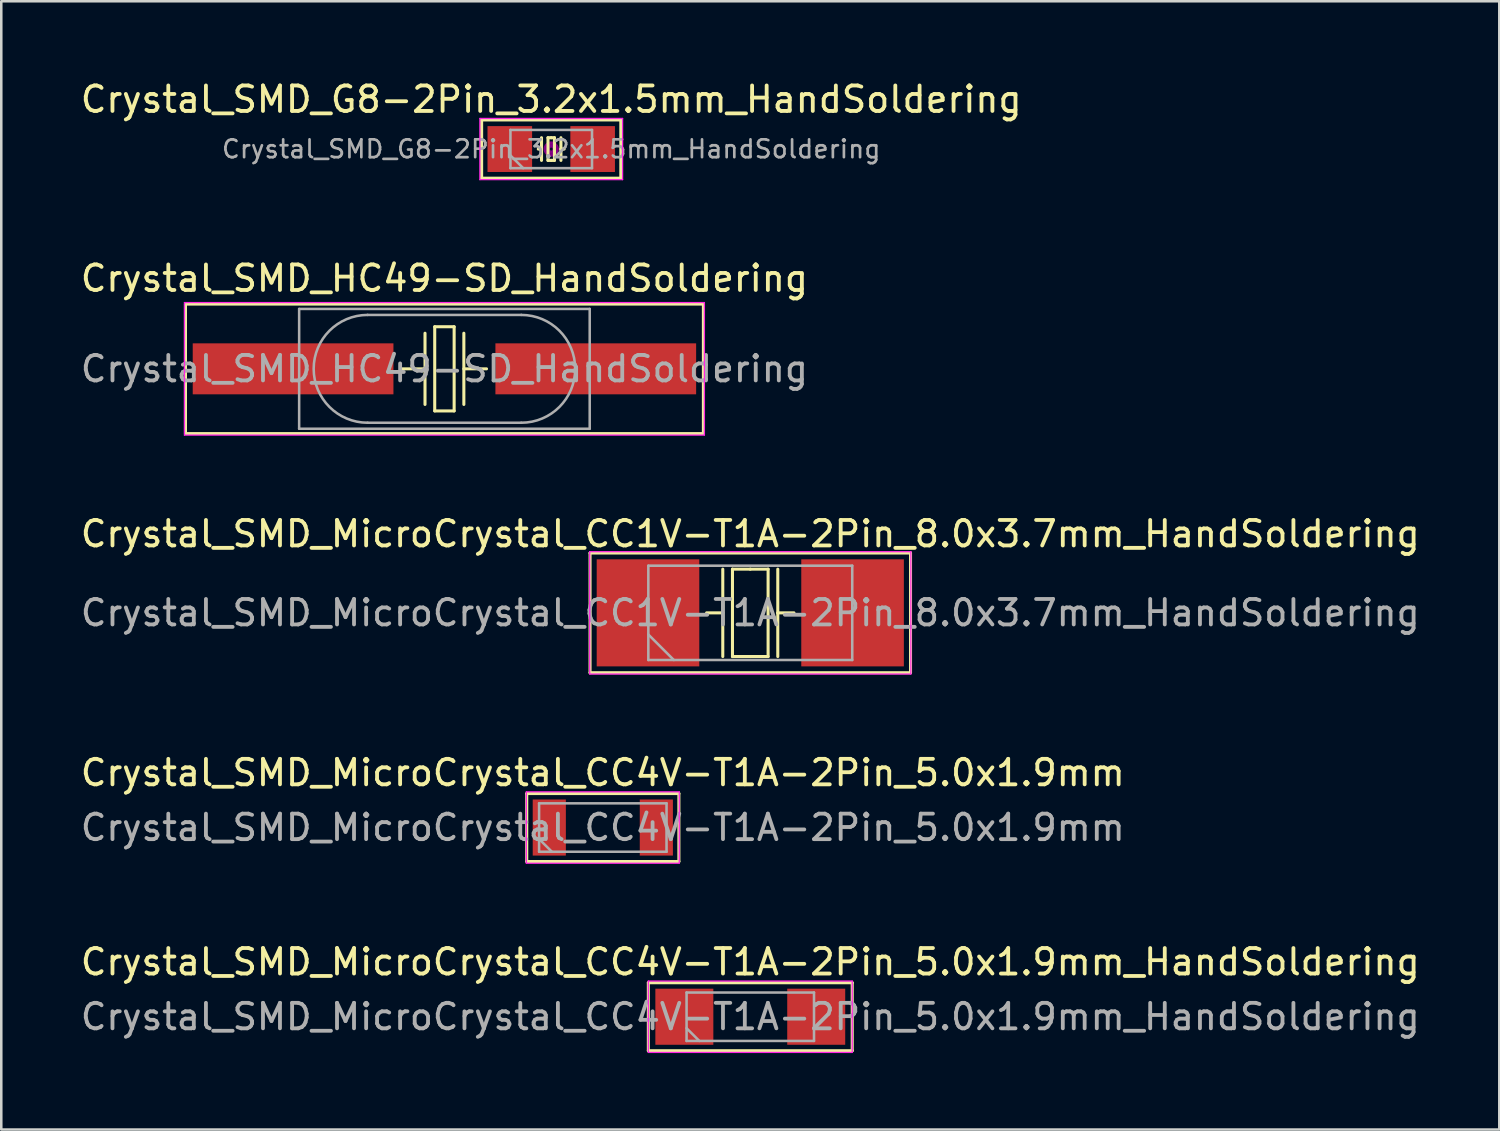
<source format=kicad_pcb>
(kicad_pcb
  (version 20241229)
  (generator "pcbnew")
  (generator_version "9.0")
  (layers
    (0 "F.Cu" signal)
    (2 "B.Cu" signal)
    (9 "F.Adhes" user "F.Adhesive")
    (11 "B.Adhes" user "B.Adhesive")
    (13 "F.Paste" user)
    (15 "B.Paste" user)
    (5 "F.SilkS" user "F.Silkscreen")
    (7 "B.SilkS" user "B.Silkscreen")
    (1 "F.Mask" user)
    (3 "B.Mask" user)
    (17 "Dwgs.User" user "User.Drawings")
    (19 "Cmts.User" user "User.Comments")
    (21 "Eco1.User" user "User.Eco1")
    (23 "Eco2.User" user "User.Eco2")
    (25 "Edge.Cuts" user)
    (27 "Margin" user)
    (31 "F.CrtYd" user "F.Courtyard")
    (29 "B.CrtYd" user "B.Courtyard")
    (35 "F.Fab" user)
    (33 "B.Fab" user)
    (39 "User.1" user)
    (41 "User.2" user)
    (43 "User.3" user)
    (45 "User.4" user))
  (footprint "Crystal_SMD_HC49-SD_HandSoldering"
    (layer "F.Cu")
    (at 14.387 11.421)
    (property "Reference" "Crystal_SMD_HC49-SD_HandSoldering" (at 0 -3.55 0) (layer "F.SilkS") (effects (font (size 1 1) (thickness 0.15))))
    (attr smd)
    (fp_line (start -10.16 -2.54) (end 10.16 -2.54) (stroke (width 0.12) (type solid)) (layer "F.SilkS"))
    (fp_line (start -10.16 -0.254) (end -10.16 -2.54) (stroke (width 0.12) (type solid)) (layer "F.SilkS"))
    (fp_line (start -10.16 2.54) (end -10.16 -0.254) (stroke (width 0.12) (type solid)) (layer "F.SilkS"))
    (fp_line (start -1.651 0) (end -0.762 0) (stroke (width 0.12) (type solid)) (layer "F.SilkS"))
    (fp_line (start -0.762 -1.397) (end -0.762 1.397) (stroke (width 0.12) (type solid)) (layer "F.SilkS"))
    (fp_line (start -0.381 -1.651) (end -0.381 1.651) (stroke (width 0.12) (type solid)) (layer "F.SilkS"))
    (fp_line (start -0.381 1.651) (end 0.381 1.651) (stroke (width 0.12) (type solid)) (layer "F.SilkS"))
    (fp_line (start 0.381 -1.651) (end -0.381 -1.651) (stroke (width 0.12) (type solid)) (layer "F.SilkS"))
    (fp_line (start 0.381 1.651) (end 0.381 -1.651) (stroke (width 0.12) (type solid)) (layer "F.SilkS"))
    (fp_line (start 0.762 0) (end 1.651 0) (stroke (width 0.12) (type solid)) (layer "F.SilkS"))
    (fp_line (start 0.762 1.397) (end 0.762 -1.397) (stroke (width 0.12) (type solid)) (layer "F.SilkS"))
    (fp_line (start 10.16 -2.54) (end 10.16 2.54) (stroke (width 0.12) (type solid)) (layer "F.SilkS"))
    (fp_line (start 10.16 2.54) (end -10.16 2.54) (stroke (width 0.12) (type solid)) (layer "F.SilkS"))
    (fp_line (start -10.2 -2.6) (end -10.2 2.6) (stroke (width 0.05) (type solid)) (layer "F.CrtYd"))
    (fp_line (start -10.2 2.6) (end 10.2 2.6) (stroke (width 0.05) (type solid)) (layer "F.CrtYd"))
    (fp_line (start 10.2 -2.6) (end -10.2 -2.6) (stroke (width 0.05) (type solid)) (layer "F.CrtYd"))
    (fp_line (start 10.2 2.6) (end 10.2 -2.6) (stroke (width 0.05) (type solid)) (layer "F.CrtYd"))
    (fp_line (start -5.7 -2.35) (end -5.7 2.35) (stroke (width 0.1) (type solid)) (layer "F.Fab"))
    (fp_line (start -5.7 2.35) (end 5.7 2.35) (stroke (width 0.1) (type solid)) (layer "F.Fab"))
    (fp_line (start -3.015 -2.115) (end 3.015 -2.115) (stroke (width 0.1) (type solid)) (layer "F.Fab"))
    (fp_line (start -3.015 2.115) (end 3.015 2.115) (stroke (width 0.1) (type solid)) (layer "F.Fab"))
    (fp_line (start 5.7 -2.35) (end -5.7 -2.35) (stroke (width 0.1) (type solid)) (layer "F.Fab"))
    (fp_line (start 5.7 2.35) (end 5.7 -2.35) (stroke (width 0.1) (type solid)) (layer "F.Fab"))
    (fp_arc (start -3.015 2.115) (mid -5.13 0) (end -3.015 -2.115) (stroke (width 0.1) (type solid)) (layer "F.Fab"))
    (fp_arc (start 3.015 -2.115) (mid 5.13 0) (end 3.015 2.115) (stroke (width 0.1) (type solid)) (layer "F.Fab"))
    (fp_text user "${REFERENCE}" (at 0 0 0) (layer "F.Fab") (effects (font (size 1 1) (thickness 0.15))))
    (pad "1" smd rect (at -5.938 0) (size 7.875 2) (layers "F.Cu" "F.Mask" "F.Paste"))
    (pad "2" smd rect (at 5.938 0) (size 7.875 2) (layers "F.Cu" "F.Mask" "F.Paste")))
  (footprint "Crystal_SMD_MicroCrystal_CC4V-T1A-2Pin_5.0x1.9mm"
    (layer "F.Cu")
    (at 20.601 29.418)
    (property "Reference" "Crystal_SMD_MicroCrystal_CC4V-T1A-2Pin_5.0x1.9mm" (at 0 -2.15 0) (layer "F.SilkS") (effects (font (size 1 1) (thickness 0.15))))
    (attr smd)
    (fp_line (start -2.985 -1.333) (end -2.985 1.333) (stroke (width 0.12) (type solid)) (layer "F.SilkS"))
    (fp_line (start -2.985 1.333) (end 2.985 1.333) (stroke (width 0.12) (type solid)) (layer "F.SilkS"))
    (fp_line (start 2.985 -1.333) (end -2.985 -1.333) (stroke (width 0.12) (type solid)) (layer "F.SilkS"))
    (fp_line (start 2.985 1.333) (end 2.985 -1.333) (stroke (width 0.12) (type solid)) (layer "F.SilkS"))
    (fp_line (start -3 -1.4) (end -3 1.4) (stroke (width 0.05) (type solid)) (layer "F.CrtYd"))
    (fp_line (start -3 1.4) (end 3 1.4) (stroke (width 0.05) (type solid)) (layer "F.CrtYd"))
    (fp_line (start 3 -1.4) (end -3 -1.4) (stroke (width 0.05) (type solid)) (layer "F.CrtYd"))
    (fp_line (start 3 1.4) (end 3 -1.4) (stroke (width 0.05) (type solid)) (layer "F.CrtYd"))
    (fp_line (start -2.5 -0.95) (end -2.5 0.95) (stroke (width 0.1) (type solid)) (layer "F.Fab"))
    (fp_line (start -2.5 0.45) (end -2 0.95) (stroke (width 0.1) (type solid)) (layer "F.Fab"))
    (fp_line (start -2.5 0.95) (end 2.5 0.95) (stroke (width 0.1) (type solid)) (layer "F.Fab"))
    (fp_line (start 2.5 -0.95) (end -2.5 -0.95) (stroke (width 0.1) (type solid)) (layer "F.Fab"))
    (fp_line (start 2.5 0.95) (end 2.5 -0.95) (stroke (width 0.1) (type solid)) (layer "F.Fab"))
    (fp_text user "${REFERENCE}" (at 0 0 0) (layer "F.Fab") (effects (font (size 1 1) (thickness 0.15))))
    (pad "1" smd rect (at -2.1 0) (size 1.3 2.2) (layers "F.Cu" "F.Mask" "F.Paste"))
    (pad "2" smd rect (at 2.1 0) (size 1.3 2.2) (layers "F.Cu" "F.Mask" "F.Paste")))
  (footprint "Crystal_SMD_MicroCrystal_CC1V-T1A-2Pin_8.0x3.7mm_HandSoldering"
    (layer "F.Cu")
    (at 26.387 20.995)
    (property "Reference" "Crystal_SMD_MicroCrystal_CC1V-T1A-2Pin_8.0x3.7mm_HandSoldering" (at 0 -3.1 0) (layer "F.SilkS") (effects (font (size 1 1) (thickness 0.15))))
    (attr smd)
    (fp_line (start -6.287 -2.349) (end -6.287 2.349) (stroke (width 0.12) (type solid)) (layer "F.SilkS"))
    (fp_line (start -6.287 2.349) (end 6.287 2.349) (stroke (width 0.12) (type solid)) (layer "F.SilkS"))
    (fp_line (start -1.714 0) (end -1.079 0) (stroke (width 0.12) (type solid)) (layer "F.SilkS"))
    (fp_line (start -1.079 0) (end -1.079 -1.714) (stroke (width 0.12) (type solid)) (layer "F.SilkS"))
    (fp_line (start -1.079 0) (end -1.079 1.714) (stroke (width 0.12) (type solid)) (layer "F.SilkS"))
    (fp_line (start -0.699 -1.714) (end 0 -1.714) (stroke (width 0.12) (type solid)) (layer "F.SilkS"))
    (fp_line (start -0.699 1.714) (end -0.699 -1.714) (stroke (width 0.12) (type solid)) (layer "F.SilkS"))
    (fp_line (start -0.699 1.714) (end 0 1.714) (stroke (width 0.12) (type solid)) (layer "F.SilkS"))
    (fp_line (start 0.699 -1.714) (end 0 -1.714) (stroke (width 0.12) (type solid)) (layer "F.SilkS"))
    (fp_line (start 0.699 -1.714) (end 0.699 1.714) (stroke (width 0.12) (type solid)) (layer "F.SilkS"))
    (fp_line (start 0.699 1.714) (end 0 1.714) (stroke (width 0.12) (type solid)) (layer "F.SilkS"))
    (fp_line (start 1.079 0) (end 1.079 -1.714) (stroke (width 0.12) (type solid)) (layer "F.SilkS"))
    (fp_line (start 1.079 0) (end 1.079 1.714) (stroke (width 0.12) (type solid)) (layer "F.SilkS"))
    (fp_line (start 1.714 0) (end 1.079 0) (stroke (width 0.12) (type solid)) (layer "F.SilkS"))
    (fp_line (start 6.287 -2.349) (end -6.287 -2.349) (stroke (width 0.12) (type solid)) (layer "F.SilkS"))
    (fp_line (start 6.287 2.349) (end 6.287 -2.349) (stroke (width 0.12) (type solid)) (layer "F.SilkS"))
    (fp_line (start -6.3 -2.4) (end -6.3 2.4) (stroke (width 0.05) (type solid)) (layer "F.CrtYd"))
    (fp_line (start -6.3 2.4) (end 6.3 2.4) (stroke (width 0.05) (type solid)) (layer "F.CrtYd"))
    (fp_line (start 6.3 -2.4) (end -6.3 -2.4) (stroke (width 0.05) (type solid)) (layer "F.CrtYd"))
    (fp_line (start 6.3 2.4) (end 6.3 -2.4) (stroke (width 0.05) (type solid)) (layer "F.CrtYd"))
    (fp_line (start -4 -1.85) (end -4 1.85) (stroke (width 0.1) (type solid)) (layer "F.Fab"))
    (fp_line (start -4 0.85) (end -3 1.85) (stroke (width 0.1) (type solid)) (layer "F.Fab"))
    (fp_line (start -4 1.85) (end 4 1.85) (stroke (width 0.1) (type solid)) (layer "F.Fab"))
    (fp_line (start 4 -1.85) (end -4 -1.85) (stroke (width 0.1) (type solid)) (layer "F.Fab"))
    (fp_line (start 4 1.85) (end 4 -1.85) (stroke (width 0.1) (type solid)) (layer "F.Fab"))
    (fp_text user "${REFERENCE}" (at 0 0 0) (layer "F.Fab") (effects (font (size 1 1) (thickness 0.15))))
    (pad "1" smd rect (at -4.013 0) (size 4.025 4.2) (layers "F.Cu" "F.Mask" "F.Paste"))
    (pad "2" smd rect (at 4.013 0) (size 4.025 4.2) (layers "F.Cu" "F.Mask" "F.Paste")))
  (footprint "Crystal_SMD_MicroCrystal_CC4V-T1A-2Pin_5.0x1.9mm_HandSoldering"
    (layer "F.Cu")
    (at 26.387 36.841)
    (property "Reference" "Crystal_SMD_MicroCrystal_CC4V-T1A-2Pin_5.0x1.9mm_HandSoldering" (at 0 -2.15 0) (layer "F.SilkS") (effects (font (size 1 1) (thickness 0.15))))
    (attr smd)
    (fp_line (start -4 -1.333) (end -4 1.333) (stroke (width 0.12) (type solid)) (layer "F.SilkS"))
    (fp_line (start -4 -1.333) (end 4 -1.333) (stroke (width 0.12) (type solid)) (layer "F.SilkS"))
    (fp_line (start 4 -1.333) (end 4 1.333) (stroke (width 0.12) (type solid)) (layer "F.SilkS"))
    (fp_line (start 4 1.333) (end -4 1.333) (stroke (width 0.12) (type solid)) (layer "F.SilkS"))
    (fp_line (start -4 -1.4) (end -4 1.4) (stroke (width 0.05) (type solid)) (layer "F.CrtYd"))
    (fp_line (start -4 1.4) (end 4 1.4) (stroke (width 0.05) (type solid)) (layer "F.CrtYd"))
    (fp_line (start 4 -1.4) (end -4 -1.4) (stroke (width 0.05) (type solid)) (layer "F.CrtYd"))
    (fp_line (start 4 1.4) (end 4 -1.4) (stroke (width 0.05) (type solid)) (layer "F.CrtYd"))
    (fp_line (start -2.5 -0.95) (end -2.5 0.95) (stroke (width 0.1) (type solid)) (layer "F.Fab"))
    (fp_line (start -2.5 0.45) (end -2 0.95) (stroke (width 0.1) (type solid)) (layer "F.Fab"))
    (fp_line (start -2.5 0.95) (end 2.5 0.95) (stroke (width 0.1) (type solid)) (layer "F.Fab"))
    (fp_line (start 2.5 -0.95) (end -2.5 -0.95) (stroke (width 0.1) (type solid)) (layer "F.Fab"))
    (fp_line (start 2.5 0.95) (end 2.5 -0.95) (stroke (width 0.1) (type solid)) (layer "F.Fab"))
    (fp_text user "${REFERENCE}" (at 0 0 0) (layer "F.Fab") (effects (font (size 1 1) (thickness 0.15))))
    (pad "1" smd rect (at -2.587 0) (size 2.275 2.2) (layers "F.Cu" "F.Mask" "F.Paste"))
    (pad "2" smd rect (at 2.587 0) (size 2.275 2.2) (layers "F.Cu" "F.Mask" "F.Paste")))
  (footprint "Crystal_SMD_G8-2Pin_3.2x1.5mm_HandSoldering"
    (layer "F.Cu")
    (at 18.577 2.798)
    (property "Reference" "Crystal_SMD_G8-2Pin_3.2x1.5mm_HandSoldering" (at 0 -1.95 0) (layer "F.SilkS") (effects (font (size 1 1) (thickness 0.15))))
    (attr smd)
    (fp_line (start -2.731 -1.143) (end -2.731 1.143) (stroke (width 0.12) (type solid)) (layer "F.SilkS"))
    (fp_line (start -2.731 1.143) (end 2.731 1.143) (stroke (width 0.12) (type solid)) (layer "F.SilkS"))
    (fp_line (start -0.508 0) (end -0.381 0) (stroke (width 0.12) (type solid)) (layer "F.SilkS"))
    (fp_line (start -0.381 0) (end -0.381 -0.445) (stroke (width 0.12) (type solid)) (layer "F.SilkS"))
    (fp_line (start -0.381 0) (end -0.381 0.445) (stroke (width 0.12) (type solid)) (layer "F.SilkS"))
    (fp_line (start -0.127 -0.445) (end -0.127 0.445) (stroke (width 0.12) (type solid)) (layer "F.SilkS"))
    (fp_line (start -0.127 0.445) (end 0 0.445) (stroke (width 0.12) (type solid)) (layer "F.SilkS"))
    (fp_line (start 0 -0.445) (end -0.127 -0.445) (stroke (width 0.12) (type solid)) (layer "F.SilkS"))
    (fp_line (start 0 0.445) (end 0.127 0.445) (stroke (width 0.12) (type solid)) (layer "F.SilkS"))
    (fp_line (start 0.127 -0.445) (end 0 -0.445) (stroke (width 0.12) (type solid)) (layer "F.SilkS"))
    (fp_line (start 0.127 0.445) (end 0.127 -0.445) (stroke (width 0.12) (type solid)) (layer "F.SilkS"))
    (fp_line (start 0.381 0) (end 0.381 -0.445) (stroke (width 0.12) (type solid)) (layer "F.SilkS"))
    (fp_line (start 0.381 0) (end 0.381 0.445) (stroke (width 0.12) (type solid)) (layer "F.SilkS"))
    (fp_line (start 0.508 0) (end 0.381 0) (stroke (width 0.12) (type solid)) (layer "F.SilkS"))
    (fp_line (start 2.731 -1.143) (end -2.731 -1.143) (stroke (width 0.12) (type solid)) (layer "F.SilkS"))
    (fp_line (start 2.731 1.143) (end 2.731 -1.143) (stroke (width 0.12) (type solid)) (layer "F.SilkS"))
    (fp_circle (center 0 0) (end 0.058 0) (stroke (width 0.117) (type solid)) (fill no) (layer "F.Adhes"))
    (fp_circle (center 0 0) (end 0.133 0) (stroke (width 0.083) (type solid)) (fill no) (layer "F.Adhes"))
    (fp_circle (center 0 0) (end 0.208 0) (stroke (width 0.083) (type solid)) (fill no) (layer "F.Adhes"))
    (fp_circle (center 0 0) (end 0.25 0) (stroke (width 0.1) (type solid)) (fill no) (layer "F.Adhes"))
    (fp_line (start -2.8 -1.2) (end -2.8 1.2) (stroke (width 0.05) (type solid)) (layer "F.CrtYd"))
    (fp_line (start -2.8 1.2) (end 2.8 1.2) (stroke (width 0.05) (type solid)) (layer "F.CrtYd"))
    (fp_line (start 2.8 -1.2) (end -2.8 -1.2) (stroke (width 0.05) (type solid)) (layer "F.CrtYd"))
    (fp_line (start 2.8 1.2) (end 2.8 -1.2) (stroke (width 0.05) (type solid)) (layer "F.CrtYd"))
    (fp_line (start -1.6 -0.75) (end -1.6 0.75) (stroke (width 0.1) (type solid)) (layer "F.Fab"))
    (fp_line (start -1.6 0.25) (end -1.1 0.75) (stroke (width 0.1) (type solid)) (layer "F.Fab"))
    (fp_line (start -1.6 0.75) (end 1.6 0.75) (stroke (width 0.1) (type solid)) (layer "F.Fab"))
    (fp_line (start 1.6 -0.75) (end -1.6 -0.75) (stroke (width 0.1) (type solid)) (layer "F.Fab"))
    (fp_line (start 1.6 0.75) (end 1.6 -0.75) (stroke (width 0.1) (type solid)) (layer "F.Fab"))
    (fp_text user "${REFERENCE}" (at 0 0 0) (layer "F.Fab") (effects (font (size 0.7 0.7) (thickness 0.105))))
    (pad "1" smd rect (at -1.625 0) (size 1.75 1.8) (layers "F.Cu" "F.Mask" "F.Paste"))
    (pad "2" smd rect (at 1.625 0) (size 1.75 1.8) (layers "F.Cu" "F.Mask" "F.Paste")))
  (gr_rect
    (start -3 -3)
    (end 55.774 41.266)
    (stroke (width 0.1) (type default))
    (fill no)
    (layer "Edge.Cuts")))
</source>
